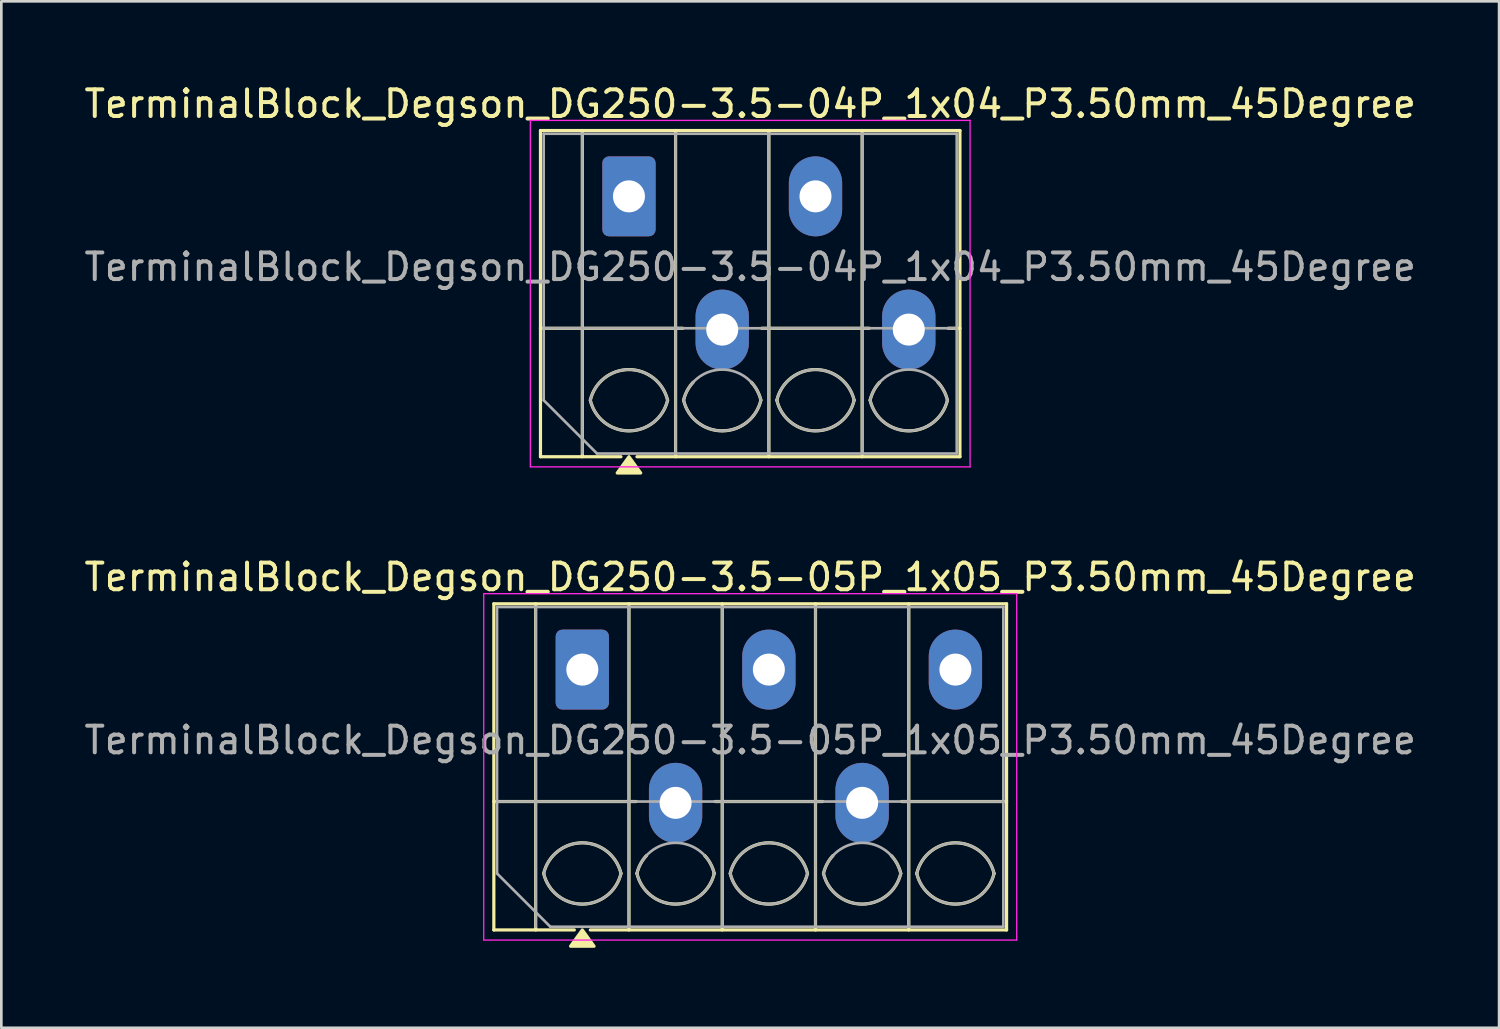
<source format=kicad_pcb>
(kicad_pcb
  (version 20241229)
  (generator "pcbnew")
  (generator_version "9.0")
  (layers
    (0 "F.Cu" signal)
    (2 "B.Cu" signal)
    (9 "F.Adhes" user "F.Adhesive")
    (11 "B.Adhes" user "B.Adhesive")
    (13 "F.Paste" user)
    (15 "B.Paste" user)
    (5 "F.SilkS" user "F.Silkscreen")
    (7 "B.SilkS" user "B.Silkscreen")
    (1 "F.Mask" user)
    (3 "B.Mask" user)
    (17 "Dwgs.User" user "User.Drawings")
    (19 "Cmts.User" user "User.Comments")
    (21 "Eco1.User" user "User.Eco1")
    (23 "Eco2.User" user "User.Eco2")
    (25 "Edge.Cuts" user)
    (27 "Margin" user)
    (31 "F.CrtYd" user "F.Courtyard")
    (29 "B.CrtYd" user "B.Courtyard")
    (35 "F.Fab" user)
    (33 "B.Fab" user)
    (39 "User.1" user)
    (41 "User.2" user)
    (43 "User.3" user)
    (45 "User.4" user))
  (footprint "TerminalBlock_Degson_DG250-3.5-04P_1x04_P3.50mm_45Degree"
    (layer "F.Cu")
    (at 20.551 4.318)
    (property "Reference" "TerminalBlock_Degson_DG250-3.5-04P_1x04_P3.50mm_45Degree" (at 4.55 -3.47 0) (layer "F.SilkS") (effects (font (size 1 1) (thickness 0.15))))
    (attr through_hole)
    (fp_line (start -3.32 -2.47) (end -3.32 9.77) (stroke (width 0.12) (type solid)) (layer "F.SilkS"))
    (fp_line (start -3.32 -2.47) (end 12.42 -2.47) (stroke (width 0.12) (type solid)) (layer "F.SilkS"))
    (fp_line (start -3.32 4.95) (end 2.02 4.95) (stroke (width 0.12) (type solid)) (layer "F.SilkS"))
    (fp_line (start -3.32 9.77) (end -0.3 9.77) (stroke (width 0.12) (type solid)) (layer "F.SilkS"))
    (fp_line (start -1.75 -2.47) (end -1.75 9.77) (stroke (width 0.12) (type solid)) (layer "F.SilkS"))
    (fp_line (start 0.3 9.77) (end 12.42 9.77) (stroke (width 0.12) (type solid)) (layer "F.SilkS"))
    (fp_line (start 1.75 -2.47) (end 1.75 9.77) (stroke (width 0.12) (type solid)) (layer "F.SilkS"))
    (fp_line (start 4.98 4.95) (end 9.02 4.95) (stroke (width 0.12) (type solid)) (layer "F.SilkS"))
    (fp_line (start 5.25 -2.47) (end 5.25 9.77) (stroke (width 0.12) (type solid)) (layer "F.SilkS"))
    (fp_line (start 8.75 -2.47) (end 8.75 9.77) (stroke (width 0.12) (type solid)) (layer "F.SilkS"))
    (fp_line (start 11.98 4.95) (end 12.42 4.95) (stroke (width 0.12) (type solid)) (layer "F.SilkS"))
    (fp_line (start 12.42 -2.47) (end 12.42 9.77) (stroke (width 0.12) (type solid)) (layer "F.SilkS"))
    (fp_arc (start -1.45 7.65) (mid 0 6.5) (end 1.45 7.65) (stroke (width 0.12) (type solid)) (layer "F.SilkS"))
    (fp_arc (start 1.45 7.65) (mid 0 8.8) (end -1.45 7.65) (stroke (width 0.12) (type solid)) (layer "F.SilkS"))
    (fp_arc (start 2.05 7.65) (mid 2.18402 7.291962) (end 2.405 6.98) (stroke (width 0.12) (type solid)) (layer "F.SilkS"))
    (fp_arc (start 4.595 6.98) (mid 4.81598 7.291962) (end 4.95 7.65) (stroke (width 0.12) (type solid)) (layer "F.SilkS"))
    (fp_arc (start 4.95 7.65) (mid 3.5 8.8) (end 2.05 7.65) (stroke (width 0.12) (type solid)) (layer "F.SilkS"))
    (fp_arc (start 5.55 7.65) (mid 7 6.5) (end 8.45 7.65) (stroke (width 0.12) (type solid)) (layer "F.SilkS"))
    (fp_arc (start 8.45 7.65) (mid 7 8.8) (end 5.55 7.65) (stroke (width 0.12) (type solid)) (layer "F.SilkS"))
    (fp_arc (start 9.05 7.65) (mid 9.18402 7.291962) (end 9.405 6.98) (stroke (width 0.12) (type solid)) (layer "F.SilkS"))
    (fp_arc (start 11.595 6.98) (mid 11.81598 7.291962) (end 11.95 7.65) (stroke (width 0.12) (type solid)) (layer "F.SilkS"))
    (fp_arc (start 11.95 7.65) (mid 10.5 8.8) (end 9.05 7.65) (stroke (width 0.12) (type solid)) (layer "F.SilkS"))
    (fp_poly (pts (xy 0 9.77) (xy 0.44 10.38) (xy -0.44 10.38)) (stroke (width 0.12) (type solid)) (fill yes) (layer "F.SilkS"))
    (fp_line (start -3.7 -2.85) (end -3.7 10.15) (stroke (width 0.05) (type solid)) (layer "F.CrtYd"))
    (fp_line (start -3.7 10.15) (end 12.8 10.15) (stroke (width 0.05) (type solid)) (layer "F.CrtYd"))
    (fp_line (start 12.8 -2.85) (end -3.7 -2.85) (stroke (width 0.05) (type solid)) (layer "F.CrtYd"))
    (fp_line (start 12.8 10.15) (end 12.8 -2.85) (stroke (width 0.05) (type solid)) (layer "F.CrtYd"))
    (fp_line (start -3.2 -2.35) (end 12.3 -2.35) (stroke (width 0.1) (type solid)) (layer "F.Fab"))
    (fp_line (start -3.2 4.95) (end 12.3 4.95) (stroke (width 0.1) (type solid)) (layer "F.Fab"))
    (fp_line (start -3.2 7.65) (end -3.2 -2.35) (stroke (width 0.1) (type solid)) (layer "F.Fab"))
    (fp_line (start -1.75 -2.35) (end -1.75 9.65) (stroke (width 0.1) (type solid)) (layer "F.Fab"))
    (fp_line (start -1.2 9.65) (end -3.2 7.65) (stroke (width 0.1) (type solid)) (layer "F.Fab"))
    (fp_line (start 1.75 -2.35) (end 1.75 9.65) (stroke (width 0.1) (type solid)) (layer "F.Fab"))
    (fp_line (start 5.25 -2.35) (end 5.25 9.65) (stroke (width 0.1) (type solid)) (layer "F.Fab"))
    (fp_line (start 8.75 -2.35) (end 8.75 9.65) (stroke (width 0.1) (type solid)) (layer "F.Fab"))
    (fp_line (start 12.3 -2.35) (end 12.3 9.65) (stroke (width 0.1) (type solid)) (layer "F.Fab"))
    (fp_line (start 12.3 9.65) (end -1.2 9.65) (stroke (width 0.1) (type solid)) (layer "F.Fab"))
    (fp_arc (start -1.45 7.65) (mid 0 6.5) (end 1.45 7.65) (stroke (width 0.1) (type solid)) (layer "F.Fab"))
    (fp_arc (start 1.45 7.65) (mid 0 8.8) (end -1.45 7.65) (stroke (width 0.1) (type solid)) (layer "F.Fab"))
    (fp_arc (start 2.05 7.65) (mid 3.5 6.5) (end 4.95 7.65) (stroke (width 0.1) (type solid)) (layer "F.Fab"))
    (fp_arc (start 4.95 7.65) (mid 3.5 8.8) (end 2.05 7.65) (stroke (width 0.1) (type solid)) (layer "F.Fab"))
    (fp_arc (start 5.55 7.65) (mid 7 6.5) (end 8.45 7.65) (stroke (width 0.1) (type solid)) (layer "F.Fab"))
    (fp_arc (start 8.45 7.65) (mid 7 8.8) (end 5.55 7.65) (stroke (width 0.1) (type solid)) (layer "F.Fab"))
    (fp_arc (start 9.05 7.65) (mid 10.5 6.5) (end 11.95 7.65) (stroke (width 0.1) (type solid)) (layer "F.Fab"))
    (fp_arc (start 11.95 7.65) (mid 10.5 8.8) (end 9.05 7.65) (stroke (width 0.1) (type solid)) (layer "F.Fab"))
    (fp_text user "${REFERENCE}" (at 4.55 2.65 0) (layer "F.Fab") (effects (font (size 1 1) (thickness 0.15))))
    (pad "1" thru_hole roundrect (at 0 0) (size 2 3) (drill 1.2) (layers "*.Cu" "*.Mask") (roundrect_rratio 0.125))
    (pad "2" thru_hole oval (at 3.5 5) (size 2 3) (drill 1.2) (layers "*.Cu" "*.Mask"))
    (pad "3" thru_hole oval (at 7 0) (size 2 3) (drill 1.2) (layers "*.Cu" "*.Mask"))
    (pad "4" thru_hole oval (at 10.5 5) (size 2 3) (drill 1.2) (layers "*.Cu" "*.Mask")))
  (footprint "TerminalBlock_Degson_DG250-3.5-05P_1x05_P3.50mm_45Degree"
    (layer "F.Cu")
    (at 18.801 22.076)
    (property "Reference" "TerminalBlock_Degson_DG250-3.5-05P_1x05_P3.50mm_45Degree" (at 6.3 -3.47 0) (layer "F.SilkS") (effects (font (size 1 1) (thickness 0.15))))
    (attr through_hole)
    (fp_line (start -3.32 -2.47) (end -3.32 9.77) (stroke (width 0.12) (type solid)) (layer "F.SilkS"))
    (fp_line (start -3.32 -2.47) (end 15.92 -2.47) (stroke (width 0.12) (type solid)) (layer "F.SilkS"))
    (fp_line (start -3.32 4.95) (end 2.02 4.95) (stroke (width 0.12) (type solid)) (layer "F.SilkS"))
    (fp_line (start -3.32 9.77) (end -0.3 9.77) (stroke (width 0.12) (type solid)) (layer "F.SilkS"))
    (fp_line (start -1.75 -2.47) (end -1.75 9.77) (stroke (width 0.12) (type solid)) (layer "F.SilkS"))
    (fp_line (start 0.3 9.77) (end 15.92 9.77) (stroke (width 0.12) (type solid)) (layer "F.SilkS"))
    (fp_line (start 1.75 -2.47) (end 1.75 9.77) (stroke (width 0.12) (type solid)) (layer "F.SilkS"))
    (fp_line (start 4.98 4.95) (end 9.02 4.95) (stroke (width 0.12) (type solid)) (layer "F.SilkS"))
    (fp_line (start 5.25 -2.47) (end 5.25 9.77) (stroke (width 0.12) (type solid)) (layer "F.SilkS"))
    (fp_line (start 8.75 -2.47) (end 8.75 9.77) (stroke (width 0.12) (type solid)) (layer "F.SilkS"))
    (fp_line (start 11.98 4.95) (end 15.92 4.95) (stroke (width 0.12) (type solid)) (layer "F.SilkS"))
    (fp_line (start 12.25 -2.47) (end 12.25 9.77) (stroke (width 0.12) (type solid)) (layer "F.SilkS"))
    (fp_line (start 15.92 -2.47) (end 15.92 9.77) (stroke (width 0.12) (type solid)) (layer "F.SilkS"))
    (fp_arc (start -1.45 7.65) (mid 0 6.5) (end 1.45 7.65) (stroke (width 0.12) (type solid)) (layer "F.SilkS"))
    (fp_arc (start 1.45 7.65) (mid 0 8.8) (end -1.45 7.65) (stroke (width 0.12) (type solid)) (layer "F.SilkS"))
    (fp_arc (start 2.05 7.65) (mid 2.18402 7.291962) (end 2.405 6.98) (stroke (width 0.12) (type solid)) (layer "F.SilkS"))
    (fp_arc (start 4.595 6.98) (mid 4.81598 7.291962) (end 4.95 7.65) (stroke (width 0.12) (type solid)) (layer "F.SilkS"))
    (fp_arc (start 4.95 7.65) (mid 3.5 8.8) (end 2.05 7.65) (stroke (width 0.12) (type solid)) (layer "F.SilkS"))
    (fp_arc (start 5.55 7.65) (mid 7 6.5) (end 8.45 7.65) (stroke (width 0.12) (type solid)) (layer "F.SilkS"))
    (fp_arc (start 8.45 7.65) (mid 7 8.8) (end 5.55 7.65) (stroke (width 0.12) (type solid)) (layer "F.SilkS"))
    (fp_arc (start 9.05 7.65) (mid 9.18402 7.291962) (end 9.405 6.98) (stroke (width 0.12) (type solid)) (layer "F.SilkS"))
    (fp_arc (start 11.595 6.98) (mid 11.81598 7.291962) (end 11.95 7.65) (stroke (width 0.12) (type solid)) (layer "F.SilkS"))
    (fp_arc (start 11.95 7.65) (mid 10.5 8.8) (end 9.05 7.65) (stroke (width 0.12) (type solid)) (layer "F.SilkS"))
    (fp_arc (start 12.55 7.65) (mid 14 6.5) (end 15.45 7.65) (stroke (width 0.12) (type solid)) (layer "F.SilkS"))
    (fp_arc (start 15.45 7.65) (mid 14 8.8) (end 12.55 7.65) (stroke (width 0.12) (type solid)) (layer "F.SilkS"))
    (fp_poly (pts (xy 0 9.77) (xy 0.44 10.38) (xy -0.44 10.38)) (stroke (width 0.12) (type solid)) (fill yes) (layer "F.SilkS"))
    (fp_line (start -3.7 -2.85) (end -3.7 10.15) (stroke (width 0.05) (type solid)) (layer "F.CrtYd"))
    (fp_line (start -3.7 10.15) (end 16.3 10.15) (stroke (width 0.05) (type solid)) (layer "F.CrtYd"))
    (fp_line (start 16.3 -2.85) (end -3.7 -2.85) (stroke (width 0.05) (type solid)) (layer "F.CrtYd"))
    (fp_line (start 16.3 10.15) (end 16.3 -2.85) (stroke (width 0.05) (type solid)) (layer "F.CrtYd"))
    (fp_line (start -3.2 -2.35) (end 15.8 -2.35) (stroke (width 0.1) (type solid)) (layer "F.Fab"))
    (fp_line (start -3.2 4.95) (end 15.8 4.95) (stroke (width 0.1) (type solid)) (layer "F.Fab"))
    (fp_line (start -3.2 7.65) (end -3.2 -2.35) (stroke (width 0.1) (type solid)) (layer "F.Fab"))
    (fp_line (start -1.75 -2.35) (end -1.75 9.65) (stroke (width 0.1) (type solid)) (layer "F.Fab"))
    (fp_line (start -1.2 9.65) (end -3.2 7.65) (stroke (width 0.1) (type solid)) (layer "F.Fab"))
    (fp_line (start 1.75 -2.35) (end 1.75 9.65) (stroke (width 0.1) (type solid)) (layer "F.Fab"))
    (fp_line (start 5.25 -2.35) (end 5.25 9.65) (stroke (width 0.1) (type solid)) (layer "F.Fab"))
    (fp_line (start 8.75 -2.35) (end 8.75 9.65) (stroke (width 0.1) (type solid)) (layer "F.Fab"))
    (fp_line (start 12.25 -2.35) (end 12.25 9.65) (stroke (width 0.1) (type solid)) (layer "F.Fab"))
    (fp_line (start 15.8 -2.35) (end 15.8 9.65) (stroke (width 0.1) (type solid)) (layer "F.Fab"))
    (fp_line (start 15.8 9.65) (end -1.2 9.65) (stroke (width 0.1) (type solid)) (layer "F.Fab"))
    (fp_arc (start -1.45 7.65) (mid 0 6.5) (end 1.45 7.65) (stroke (width 0.1) (type solid)) (layer "F.Fab"))
    (fp_arc (start 1.45 7.65) (mid 0 8.8) (end -1.45 7.65) (stroke (width 0.1) (type solid)) (layer "F.Fab"))
    (fp_arc (start 2.05 7.65) (mid 3.5 6.5) (end 4.95 7.65) (stroke (width 0.1) (type solid)) (layer "F.Fab"))
    (fp_arc (start 4.95 7.65) (mid 3.5 8.8) (end 2.05 7.65) (stroke (width 0.1) (type solid)) (layer "F.Fab"))
    (fp_arc (start 5.55 7.65) (mid 7 6.5) (end 8.45 7.65) (stroke (width 0.1) (type solid)) (layer "F.Fab"))
    (fp_arc (start 8.45 7.65) (mid 7 8.8) (end 5.55 7.65) (stroke (width 0.1) (type solid)) (layer "F.Fab"))
    (fp_arc (start 9.05 7.65) (mid 10.5 6.5) (end 11.95 7.65) (stroke (width 0.1) (type solid)) (layer "F.Fab"))
    (fp_arc (start 11.95 7.65) (mid 10.5 8.8) (end 9.05 7.65) (stroke (width 0.1) (type solid)) (layer "F.Fab"))
    (fp_arc (start 12.55 7.65) (mid 14 6.5) (end 15.45 7.65) (stroke (width 0.1) (type solid)) (layer "F.Fab"))
    (fp_arc (start 15.45 7.65) (mid 14 8.8) (end 12.55 7.65) (stroke (width 0.1) (type solid)) (layer "F.Fab"))
    (fp_text user "${REFERENCE}" (at 6.3 2.65 0) (layer "F.Fab") (effects (font (size 1 1) (thickness 0.15))))
    (pad "1" thru_hole roundrect (at 0 0) (size 2 3) (drill 1.2) (layers "*.Cu" "*.Mask") (roundrect_rratio 0.125))
    (pad "2" thru_hole oval (at 3.5 5) (size 2 3) (drill 1.2) (layers "*.Cu" "*.Mask"))
    (pad "3" thru_hole oval (at 7 0) (size 2 3) (drill 1.2) (layers "*.Cu" "*.Mask"))
    (pad "4" thru_hole oval (at 10.5 5) (size 2 3) (drill 1.2) (layers "*.Cu" "*.Mask"))
    (pad "5" thru_hole oval (at 14 0) (size 2 3) (drill 1.2) (layers "*.Cu" "*.Mask")))
  (gr_rect
    (start -3 -3)
    (end 53.202 35.517)
    (stroke (width 0.1) (type default))
    (fill no)
    (layer "Edge.Cuts")))
</source>
